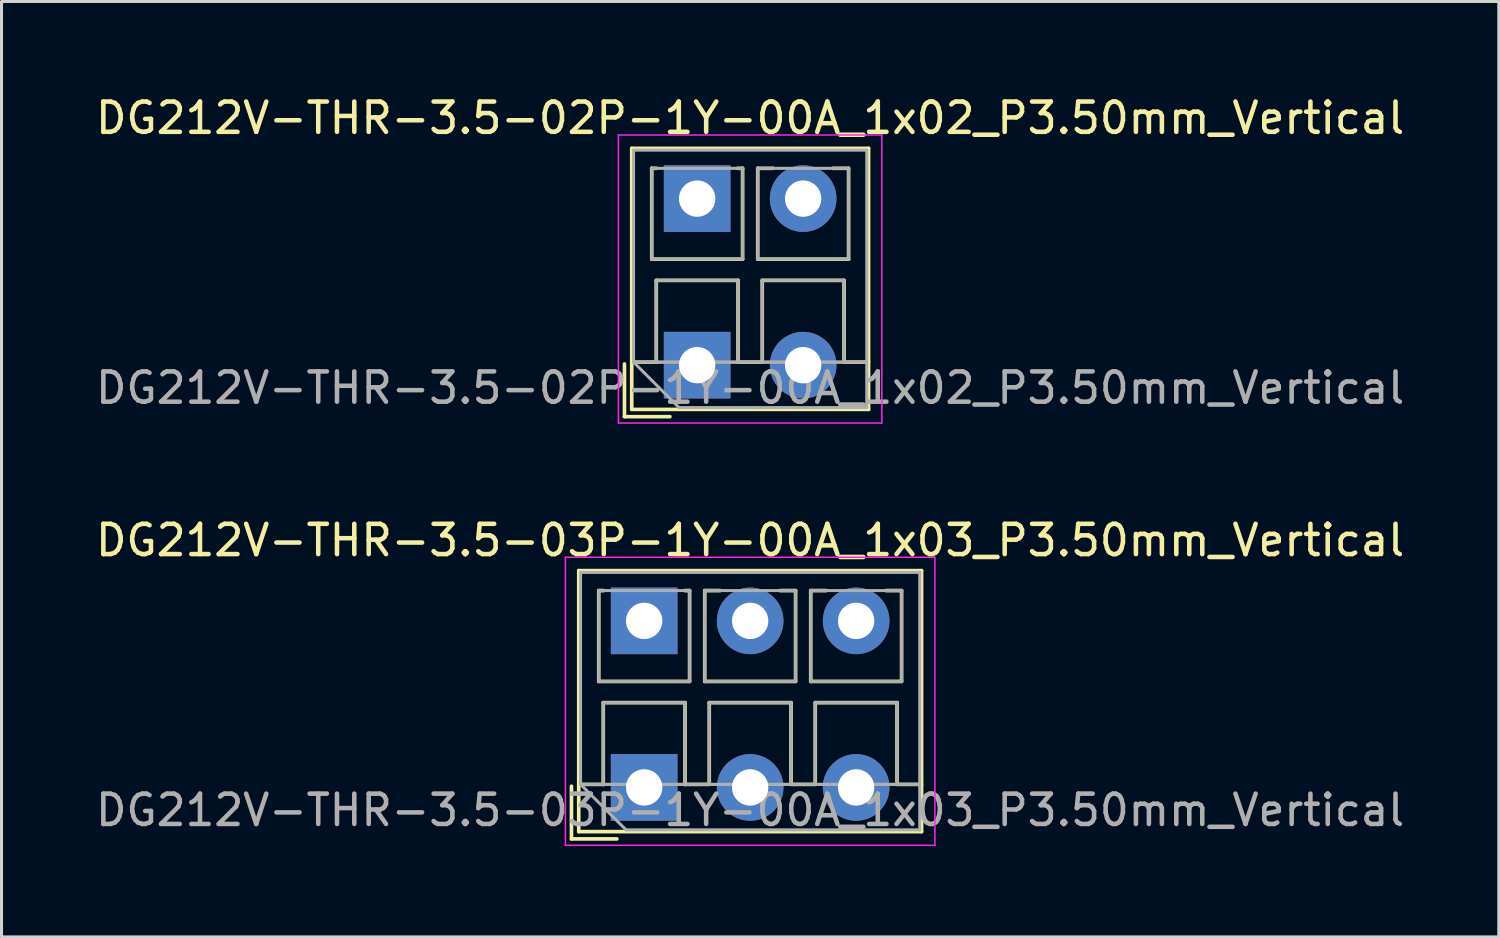
<source format=kicad_pcb>
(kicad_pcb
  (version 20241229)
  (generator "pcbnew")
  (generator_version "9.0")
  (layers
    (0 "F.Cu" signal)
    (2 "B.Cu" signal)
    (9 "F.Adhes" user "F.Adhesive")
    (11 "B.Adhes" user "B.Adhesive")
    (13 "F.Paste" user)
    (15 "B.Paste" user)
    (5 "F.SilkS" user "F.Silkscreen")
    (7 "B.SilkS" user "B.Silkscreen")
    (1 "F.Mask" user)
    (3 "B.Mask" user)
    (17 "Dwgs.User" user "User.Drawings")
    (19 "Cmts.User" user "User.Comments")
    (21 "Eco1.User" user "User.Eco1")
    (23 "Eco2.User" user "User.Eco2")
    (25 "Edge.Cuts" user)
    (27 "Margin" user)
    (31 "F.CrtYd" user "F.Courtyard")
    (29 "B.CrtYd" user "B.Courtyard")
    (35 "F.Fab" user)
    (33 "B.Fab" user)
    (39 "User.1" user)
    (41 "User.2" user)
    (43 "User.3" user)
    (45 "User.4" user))
  (footprint "DG212V-THR-3.5-03P-1Y-00A_1x03_P3.50mm_Vertical"
    (layer "F.Cu")
    (at 18.22 22.951)
    (property "Reference" "DG212V-THR-3.5-03P-1Y-00A_1x03_P3.50mm_Vertical" (at 3.5 -8.16 0) (layer "F.SilkS") (effects (font (size 1 1) (thickness 0.15))))
    (attr through_hole)
    (fp_line (start -2.4 -0.04) (end -2.4 1.7) (stroke (width 0.12) (type solid)) (layer "F.SilkS"))
    (fp_line (start -2.4 1.7) (end -0.9 1.7) (stroke (width 0.12) (type solid)) (layer "F.SilkS"))
    (fp_line (start -2.16 -7.16) (end -2.16 1.46) (stroke (width 0.12) (type solid)) (layer "F.SilkS"))
    (fp_line (start -2.16 -7.16) (end 9.16 -7.16) (stroke (width 0.12) (type solid)) (layer "F.SilkS"))
    (fp_line (start -2.16 -0.1) (end -1.34 -0.1) (stroke (width 0.12) (type solid)) (layer "F.SilkS"))
    (fp_line (start -2.16 1.46) (end 9.16 1.46) (stroke (width 0.12) (type solid)) (layer "F.SilkS"))
    (fp_line (start -1.5 -6.5) (end -1.5 -3.5) (stroke (width 0.12) (type solid)) (layer "F.SilkS"))
    (fp_line (start -1.5 -6.5) (end -1.34 -6.5) (stroke (width 0.12) (type solid)) (layer "F.SilkS"))
    (fp_line (start -1.5 -3.5) (end 1.5 -3.5) (stroke (width 0.12) (type solid)) (layer "F.SilkS"))
    (fp_line (start -1.35 -2.8) (end -1.35 -0.1) (stroke (width 0.12) (type solid)) (layer "F.SilkS"))
    (fp_line (start -1.35 -2.8) (end 1.35 -2.8) (stroke (width 0.12) (type solid)) (layer "F.SilkS"))
    (fp_line (start -1.35 -0.1) (end -1.34 -0.1) (stroke (width 0.12) (type solid)) (layer "F.SilkS"))
    (fp_line (start 1.34 -6.5) (end 1.5 -6.5) (stroke (width 0.12) (type solid)) (layer "F.SilkS"))
    (fp_line (start 1.34 -0.1) (end 1.35 -0.1) (stroke (width 0.12) (type solid)) (layer "F.SilkS"))
    (fp_line (start 1.34 -0.1) (end 2.148 -0.1) (stroke (width 0.12) (type solid)) (layer "F.SilkS"))
    (fp_line (start 1.35 -2.8) (end 1.35 -0.1) (stroke (width 0.12) (type solid)) (layer "F.SilkS"))
    (fp_line (start 1.5 -6.5) (end 1.5 -3.5) (stroke (width 0.12) (type solid)) (layer "F.SilkS"))
    (fp_line (start 2 -6.5) (end 2 -3.5) (stroke (width 0.12) (type solid)) (layer "F.SilkS"))
    (fp_line (start 2 -6.5) (end 2.512 -6.5) (stroke (width 0.12) (type solid)) (layer "F.SilkS"))
    (fp_line (start 2 -3.5) (end 5 -3.5) (stroke (width 0.12) (type solid)) (layer "F.SilkS"))
    (fp_line (start 2.15 -2.8) (end 2.15 -0.183) (stroke (width 0.12) (type solid)) (layer "F.SilkS"))
    (fp_line (start 2.15 -2.8) (end 4.85 -2.8) (stroke (width 0.12) (type solid)) (layer "F.SilkS"))
    (fp_line (start 4.489 -6.5) (end 5 -6.5) (stroke (width 0.12) (type solid)) (layer "F.SilkS"))
    (fp_line (start 4.85 -2.8) (end 4.85 -0.183) (stroke (width 0.12) (type solid)) (layer "F.SilkS"))
    (fp_line (start 4.853 -0.1) (end 5.648 -0.1) (stroke (width 0.12) (type solid)) (layer "F.SilkS"))
    (fp_line (start 5 -6.5) (end 5 -3.5) (stroke (width 0.12) (type solid)) (layer "F.SilkS"))
    (fp_line (start 5.5 -6.5) (end 5.5 -3.5) (stroke (width 0.12) (type solid)) (layer "F.SilkS"))
    (fp_line (start 5.5 -6.5) (end 6.012 -6.5) (stroke (width 0.12) (type solid)) (layer "F.SilkS"))
    (fp_line (start 5.5 -3.5) (end 8.5 -3.5) (stroke (width 0.12) (type solid)) (layer "F.SilkS"))
    (fp_line (start 5.65 -2.8) (end 5.65 -0.183) (stroke (width 0.12) (type solid)) (layer "F.SilkS"))
    (fp_line (start 5.65 -2.8) (end 8.351 -2.8) (stroke (width 0.12) (type solid)) (layer "F.SilkS"))
    (fp_line (start 7.989 -6.5) (end 8.5 -6.5) (stroke (width 0.12) (type solid)) (layer "F.SilkS"))
    (fp_line (start 8.351 -2.8) (end 8.351 -0.183) (stroke (width 0.12) (type solid)) (layer "F.SilkS"))
    (fp_line (start 8.353 -0.1) (end 9.16 -0.1) (stroke (width 0.12) (type solid)) (layer "F.SilkS"))
    (fp_line (start 8.5 -6.5) (end 8.5 -3.5) (stroke (width 0.12) (type solid)) (layer "F.SilkS"))
    (fp_line (start 9.16 -7.16) (end 9.16 1.46) (stroke (width 0.12) (type solid)) (layer "F.SilkS"))
    (fp_line (start -2.6 -7.6) (end -2.6 1.91) (stroke (width 0.05) (type solid)) (layer "F.CrtYd"))
    (fp_line (start -2.6 1.91) (end 9.6 1.91) (stroke (width 0.05) (type solid)) (layer "F.CrtYd"))
    (fp_line (start 9.6 -7.6) (end -2.6 -7.6) (stroke (width 0.05) (type solid)) (layer "F.CrtYd"))
    (fp_line (start 9.6 1.91) (end 9.6 -7.6) (stroke (width 0.05) (type solid)) (layer "F.CrtYd"))
    (fp_line (start -2.1 -7.1) (end 9.1 -7.1) (stroke (width 0.1) (type solid)) (layer "F.Fab"))
    (fp_line (start -2.1 -0.1) (end -2.1 -7.1) (stroke (width 0.1) (type solid)) (layer "F.Fab"))
    (fp_line (start -2.1 -0.1) (end 9.1 -0.1) (stroke (width 0.1) (type solid)) (layer "F.Fab"))
    (fp_line (start -1.5 -6.5) (end -1.5 -3.5) (stroke (width 0.1) (type solid)) (layer "F.Fab"))
    (fp_line (start -1.5 -3.5) (end 1.5 -3.5) (stroke (width 0.1) (type solid)) (layer "F.Fab"))
    (fp_line (start -1.35 -2.8) (end -1.35 -0.1) (stroke (width 0.1) (type solid)) (layer "F.Fab"))
    (fp_line (start -1.35 -0.1) (end 1.35 -0.1) (stroke (width 0.1) (type solid)) (layer "F.Fab"))
    (fp_line (start -0.6 1.4) (end -2.1 -0.1) (stroke (width 0.1) (type solid)) (layer "F.Fab"))
    (fp_line (start 1.35 -2.8) (end -1.35 -2.8) (stroke (width 0.1) (type solid)) (layer "F.Fab"))
    (fp_line (start 1.35 -0.1) (end 1.35 -2.8) (stroke (width 0.1) (type solid)) (layer "F.Fab"))
    (fp_line (start 1.5 -6.5) (end -1.5 -6.5) (stroke (width 0.1) (type solid)) (layer "F.Fab"))
    (fp_line (start 1.5 -3.5) (end 1.5 -6.5) (stroke (width 0.1) (type solid)) (layer "F.Fab"))
    (fp_line (start 2 -6.5) (end 2 -3.5) (stroke (width 0.1) (type solid)) (layer "F.Fab"))
    (fp_line (start 2 -3.5) (end 5 -3.5) (stroke (width 0.1) (type solid)) (layer "F.Fab"))
    (fp_line (start 2.15 -2.8) (end 2.15 -0.1) (stroke (width 0.1) (type solid)) (layer "F.Fab"))
    (fp_line (start 2.15 -0.1) (end 4.85 -0.1) (stroke (width 0.1) (type solid)) (layer "F.Fab"))
    (fp_line (start 4.85 -2.8) (end 2.15 -2.8) (stroke (width 0.1) (type solid)) (layer "F.Fab"))
    (fp_line (start 4.85 -0.1) (end 4.85 -2.8) (stroke (width 0.1) (type solid)) (layer "F.Fab"))
    (fp_line (start 5 -6.5) (end 2 -6.5) (stroke (width 0.1) (type solid)) (layer "F.Fab"))
    (fp_line (start 5 -3.5) (end 5 -6.5) (stroke (width 0.1) (type solid)) (layer "F.Fab"))
    (fp_line (start 5.5 -6.5) (end 5.5 -3.5) (stroke (width 0.1) (type solid)) (layer "F.Fab"))
    (fp_line (start 5.5 -3.5) (end 8.5 -3.5) (stroke (width 0.1) (type solid)) (layer "F.Fab"))
    (fp_line (start 5.65 -2.8) (end 5.65 -0.1) (stroke (width 0.1) (type solid)) (layer "F.Fab"))
    (fp_line (start 5.65 -0.1) (end 8.351 -0.1) (stroke (width 0.1) (type solid)) (layer "F.Fab"))
    (fp_line (start 8.351 -2.8) (end 5.65 -2.8) (stroke (width 0.1) (type solid)) (layer "F.Fab"))
    (fp_line (start 8.351 -0.1) (end 8.351 -2.8) (stroke (width 0.1) (type solid)) (layer "F.Fab"))
    (fp_line (start 8.5 -6.5) (end 5.5 -6.5) (stroke (width 0.1) (type solid)) (layer "F.Fab"))
    (fp_line (start 8.5 -3.5) (end 8.5 -6.5) (stroke (width 0.1) (type solid)) (layer "F.Fab"))
    (fp_line (start 9.1 -7.1) (end 9.1 1.4) (stroke (width 0.1) (type solid)) (layer "F.Fab"))
    (fp_line (start 9.1 1.4) (end -0.6 1.4) (stroke (width 0.1) (type solid)) (layer "F.Fab"))
    (fp_text user "${REFERENCE}" (at 3.5 0.75 0) (layer "F.Fab") (effects (font (size 1 1) (thickness 0.15))))
    (pad "1" thru_hole rect (at 0 -5.5) (size 2.2 2.2) (drill 1.2) (layers "*.Cu" "*.Mask"))
    (pad "1" thru_hole rect (at 0 0) (size 2.2 2.2) (drill 1.2) (layers "*.Cu" "*.Mask"))
    (pad "2" thru_hole circle (at 3.5 -5.5) (size 2.2 2.2) (drill 1.2) (layers "*.Cu" "*.Mask"))
    (pad "2" thru_hole circle (at 3.5 0) (size 2.2 2.2) (drill 1.2) (layers "*.Cu" "*.Mask"))
    (pad "3" thru_hole circle (at 7 -5.5) (size 2.2 2.2) (drill 1.2) (layers "*.Cu" "*.Mask"))
    (pad "3" thru_hole circle (at 7 0) (size 2.2 2.2) (drill 1.2) (layers "*.Cu" "*.Mask")))
  (footprint "DG212V-THR-3.5-02P-1Y-00A_1x02_P3.50mm_Vertical"
    (layer "F.Cu")
    (at 19.97 9.008)
    (property "Reference" "DG212V-THR-3.5-02P-1Y-00A_1x02_P3.50mm_Vertical" (at 1.75 -8.16 0) (layer "F.SilkS") (effects (font (size 1 1) (thickness 0.15))))
    (attr through_hole)
    (fp_line (start -2.4 -0.04) (end -2.4 1.7) (stroke (width 0.12) (type solid)) (layer "F.SilkS"))
    (fp_line (start -2.4 1.7) (end -0.9 1.7) (stroke (width 0.12) (type solid)) (layer "F.SilkS"))
    (fp_line (start -2.16 -7.16) (end -2.16 1.46) (stroke (width 0.12) (type solid)) (layer "F.SilkS"))
    (fp_line (start -2.16 -7.16) (end 5.66 -7.16) (stroke (width 0.12) (type solid)) (layer "F.SilkS"))
    (fp_line (start -2.16 -0.1) (end -1.34 -0.1) (stroke (width 0.12) (type solid)) (layer "F.SilkS"))
    (fp_line (start -2.16 1.46) (end 5.66 1.46) (stroke (width 0.12) (type solid)) (layer "F.SilkS"))
    (fp_line (start -1.5 -6.5) (end -1.5 -3.5) (stroke (width 0.12) (type solid)) (layer "F.SilkS"))
    (fp_line (start -1.5 -6.5) (end -1.34 -6.5) (stroke (width 0.12) (type solid)) (layer "F.SilkS"))
    (fp_line (start -1.5 -3.5) (end 1.5 -3.5) (stroke (width 0.12) (type solid)) (layer "F.SilkS"))
    (fp_line (start -1.35 -2.8) (end -1.35 -0.1) (stroke (width 0.12) (type solid)) (layer "F.SilkS"))
    (fp_line (start -1.35 -2.8) (end 1.35 -2.8) (stroke (width 0.12) (type solid)) (layer "F.SilkS"))
    (fp_line (start -1.35 -0.1) (end -1.34 -0.1) (stroke (width 0.12) (type solid)) (layer "F.SilkS"))
    (fp_line (start 1.34 -6.5) (end 1.5 -6.5) (stroke (width 0.12) (type solid)) (layer "F.SilkS"))
    (fp_line (start 1.34 -0.1) (end 1.35 -0.1) (stroke (width 0.12) (type solid)) (layer "F.SilkS"))
    (fp_line (start 1.34 -0.1) (end 2.148 -0.1) (stroke (width 0.12) (type solid)) (layer "F.SilkS"))
    (fp_line (start 1.35 -2.8) (end 1.35 -0.1) (stroke (width 0.12) (type solid)) (layer "F.SilkS"))
    (fp_line (start 1.5 -6.5) (end 1.5 -3.5) (stroke (width 0.12) (type solid)) (layer "F.SilkS"))
    (fp_line (start 2 -6.5) (end 2 -3.5) (stroke (width 0.12) (type solid)) (layer "F.SilkS"))
    (fp_line (start 2 -6.5) (end 2.512 -6.5) (stroke (width 0.12) (type solid)) (layer "F.SilkS"))
    (fp_line (start 2 -3.5) (end 5 -3.5) (stroke (width 0.12) (type solid)) (layer "F.SilkS"))
    (fp_line (start 2.15 -2.8) (end 2.15 -0.183) (stroke (width 0.12) (type solid)) (layer "F.SilkS"))
    (fp_line (start 2.15 -2.8) (end 4.85 -2.8) (stroke (width 0.12) (type solid)) (layer "F.SilkS"))
    (fp_line (start 4.489 -6.5) (end 5 -6.5) (stroke (width 0.12) (type solid)) (layer "F.SilkS"))
    (fp_line (start 4.85 -2.8) (end 4.85 -0.183) (stroke (width 0.12) (type solid)) (layer "F.SilkS"))
    (fp_line (start 4.853 -0.1) (end 5.66 -0.1) (stroke (width 0.12) (type solid)) (layer "F.SilkS"))
    (fp_line (start 5 -6.5) (end 5 -3.5) (stroke (width 0.12) (type solid)) (layer "F.SilkS"))
    (fp_line (start 5.66 -7.16) (end 5.66 1.46) (stroke (width 0.12) (type solid)) (layer "F.SilkS"))
    (fp_line (start -2.6 -7.6) (end -2.6 1.91) (stroke (width 0.05) (type solid)) (layer "F.CrtYd"))
    (fp_line (start -2.6 1.91) (end 6.1 1.91) (stroke (width 0.05) (type solid)) (layer "F.CrtYd"))
    (fp_line (start 6.1 -7.6) (end -2.6 -7.6) (stroke (width 0.05) (type solid)) (layer "F.CrtYd"))
    (fp_line (start 6.1 1.91) (end 6.1 -7.6) (stroke (width 0.05) (type solid)) (layer "F.CrtYd"))
    (fp_line (start -2.1 -7.1) (end 5.6 -7.1) (stroke (width 0.1) (type solid)) (layer "F.Fab"))
    (fp_line (start -2.1 -0.1) (end -2.1 -7.1) (stroke (width 0.1) (type solid)) (layer "F.Fab"))
    (fp_line (start -2.1 -0.1) (end 5.6 -0.1) (stroke (width 0.1) (type solid)) (layer "F.Fab"))
    (fp_line (start -1.5 -6.5) (end -1.5 -3.5) (stroke (width 0.1) (type solid)) (layer "F.Fab"))
    (fp_line (start -1.5 -3.5) (end 1.5 -3.5) (stroke (width 0.1) (type solid)) (layer "F.Fab"))
    (fp_line (start -1.35 -2.8) (end -1.35 -0.1) (stroke (width 0.1) (type solid)) (layer "F.Fab"))
    (fp_line (start -1.35 -0.1) (end 1.35 -0.1) (stroke (width 0.1) (type solid)) (layer "F.Fab"))
    (fp_line (start -0.6 1.4) (end -2.1 -0.1) (stroke (width 0.1) (type solid)) (layer "F.Fab"))
    (fp_line (start 1.35 -2.8) (end -1.35 -2.8) (stroke (width 0.1) (type solid)) (layer "F.Fab"))
    (fp_line (start 1.35 -0.1) (end 1.35 -2.8) (stroke (width 0.1) (type solid)) (layer "F.Fab"))
    (fp_line (start 1.5 -6.5) (end -1.5 -6.5) (stroke (width 0.1) (type solid)) (layer "F.Fab"))
    (fp_line (start 1.5 -3.5) (end 1.5 -6.5) (stroke (width 0.1) (type solid)) (layer "F.Fab"))
    (fp_line (start 2 -6.5) (end 2 -3.5) (stroke (width 0.1) (type solid)) (layer "F.Fab"))
    (fp_line (start 2 -3.5) (end 5 -3.5) (stroke (width 0.1) (type solid)) (layer "F.Fab"))
    (fp_line (start 2.15 -2.8) (end 2.15 -0.1) (stroke (width 0.1) (type solid)) (layer "F.Fab"))
    (fp_line (start 2.15 -0.1) (end 4.85 -0.1) (stroke (width 0.1) (type solid)) (layer "F.Fab"))
    (fp_line (start 4.85 -2.8) (end 2.15 -2.8) (stroke (width 0.1) (type solid)) (layer "F.Fab"))
    (fp_line (start 4.85 -0.1) (end 4.85 -2.8) (stroke (width 0.1) (type solid)) (layer "F.Fab"))
    (fp_line (start 5 -6.5) (end 2 -6.5) (stroke (width 0.1) (type solid)) (layer "F.Fab"))
    (fp_line (start 5 -3.5) (end 5 -6.5) (stroke (width 0.1) (type solid)) (layer "F.Fab"))
    (fp_line (start 5.6 -7.1) (end 5.6 1.4) (stroke (width 0.1) (type solid)) (layer "F.Fab"))
    (fp_line (start 5.6 1.4) (end -0.6 1.4) (stroke (width 0.1) (type solid)) (layer "F.Fab"))
    (fp_text user "${REFERENCE}" (at 1.75 0.75 0) (layer "F.Fab") (effects (font (size 1 1) (thickness 0.15))))
    (pad "1" thru_hole rect (at 0 -5.5) (size 2.2 2.2) (drill 1.2) (layers "*.Cu" "*.Mask"))
    (pad "1" thru_hole rect (at 0 0) (size 2.2 2.2) (drill 1.2) (layers "*.Cu" "*.Mask"))
    (pad "2" thru_hole circle (at 3.5 -5.5) (size 2.2 2.2) (drill 1.2) (layers "*.Cu" "*.Mask"))
    (pad "2" thru_hole circle (at 3.5 0) (size 2.2 2.2) (drill 1.2) (layers "*.Cu" "*.Mask")))
  (gr_rect
    (start -3 -3)
    (end 46.44 27.887)
    (stroke (width 0.1) (type default))
    (fill no)
    (layer "Edge.Cuts")))
</source>
